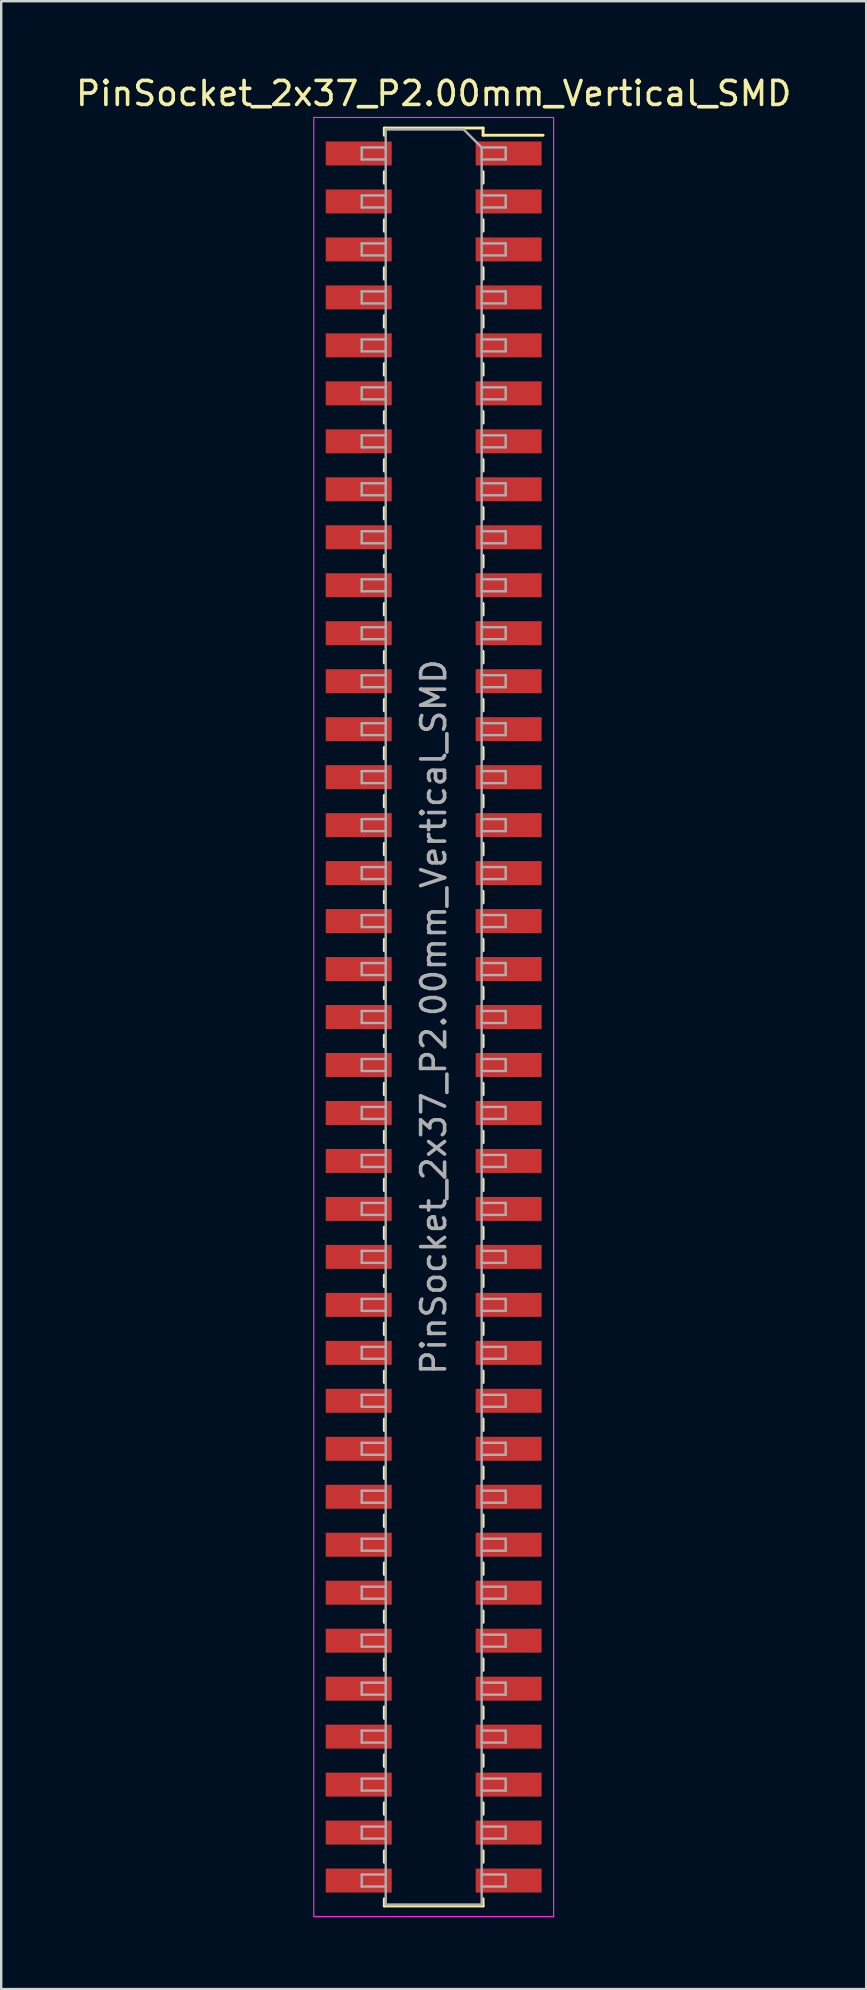
<source format=kicad_pcb>
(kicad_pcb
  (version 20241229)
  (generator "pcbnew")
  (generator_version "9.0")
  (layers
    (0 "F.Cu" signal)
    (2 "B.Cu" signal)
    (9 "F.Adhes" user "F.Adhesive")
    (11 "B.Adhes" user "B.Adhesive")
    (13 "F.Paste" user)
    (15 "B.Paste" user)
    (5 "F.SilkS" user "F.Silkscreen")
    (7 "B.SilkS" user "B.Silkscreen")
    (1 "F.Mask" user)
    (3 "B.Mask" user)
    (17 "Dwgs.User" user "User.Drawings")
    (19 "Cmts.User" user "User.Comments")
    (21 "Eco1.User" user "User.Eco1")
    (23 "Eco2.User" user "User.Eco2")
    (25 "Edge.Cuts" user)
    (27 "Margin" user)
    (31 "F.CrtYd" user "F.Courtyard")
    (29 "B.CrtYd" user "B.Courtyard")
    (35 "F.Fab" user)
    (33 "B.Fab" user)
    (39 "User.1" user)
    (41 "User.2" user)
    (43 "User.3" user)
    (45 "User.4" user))
  (footprint "PinSocket_2x37_P2.00mm_Vertical_SMD"
    (layer "F.Cu")
    (at 15.03 39.348)
    (property "Reference" "PinSocket_2x37_P2.00mm_Vertical_SMD" (at 0 -38.5 0) (layer "F.SilkS") (effects (font (size 1 1) (thickness 0.15))))
    (attr smd)
    (fp_line (start -2.06 -37.06) (end 2.06 -37.06) (stroke (width 0.12) (type solid)) (layer "F.SilkS"))
    (fp_line (start -2.06 -36.76) (end -2.06 -37.06) (stroke (width 0.12) (type solid)) (layer "F.SilkS"))
    (fp_line (start -2.06 -35.24) (end -2.06 -34.76) (stroke (width 0.12) (type solid)) (layer "F.SilkS"))
    (fp_line (start -2.06 -33.24) (end -2.06 -32.76) (stroke (width 0.12) (type solid)) (layer "F.SilkS"))
    (fp_line (start -2.06 -31.24) (end -2.06 -30.76) (stroke (width 0.12) (type solid)) (layer "F.SilkS"))
    (fp_line (start -2.06 -29.24) (end -2.06 -28.76) (stroke (width 0.12) (type solid)) (layer "F.SilkS"))
    (fp_line (start -2.06 -27.24) (end -2.06 -26.76) (stroke (width 0.12) (type solid)) (layer "F.SilkS"))
    (fp_line (start -2.06 -25.24) (end -2.06 -24.76) (stroke (width 0.12) (type solid)) (layer "F.SilkS"))
    (fp_line (start -2.06 -23.24) (end -2.06 -22.76) (stroke (width 0.12) (type solid)) (layer "F.SilkS"))
    (fp_line (start -2.06 -21.24) (end -2.06 -20.76) (stroke (width 0.12) (type solid)) (layer "F.SilkS"))
    (fp_line (start -2.06 -19.24) (end -2.06 -18.76) (stroke (width 0.12) (type solid)) (layer "F.SilkS"))
    (fp_line (start -2.06 -17.24) (end -2.06 -16.76) (stroke (width 0.12) (type solid)) (layer "F.SilkS"))
    (fp_line (start -2.06 -15.24) (end -2.06 -14.76) (stroke (width 0.12) (type solid)) (layer "F.SilkS"))
    (fp_line (start -2.06 -13.24) (end -2.06 -12.76) (stroke (width 0.12) (type solid)) (layer "F.SilkS"))
    (fp_line (start -2.06 -11.24) (end -2.06 -10.76) (stroke (width 0.12) (type solid)) (layer "F.SilkS"))
    (fp_line (start -2.06 -9.24) (end -2.06 -8.76) (stroke (width 0.12) (type solid)) (layer "F.SilkS"))
    (fp_line (start -2.06 -7.24) (end -2.06 -6.76) (stroke (width 0.12) (type solid)) (layer "F.SilkS"))
    (fp_line (start -2.06 -5.24) (end -2.06 -4.76) (stroke (width 0.12) (type solid)) (layer "F.SilkS"))
    (fp_line (start -2.06 -3.24) (end -2.06 -2.76) (stroke (width 0.12) (type solid)) (layer "F.SilkS"))
    (fp_line (start -2.06 -1.24) (end -2.06 -0.76) (stroke (width 0.12) (type solid)) (layer "F.SilkS"))
    (fp_line (start -2.06 0.76) (end -2.06 1.24) (stroke (width 0.12) (type solid)) (layer "F.SilkS"))
    (fp_line (start -2.06 2.76) (end -2.06 3.24) (stroke (width 0.12) (type solid)) (layer "F.SilkS"))
    (fp_line (start -2.06 4.76) (end -2.06 5.24) (stroke (width 0.12) (type solid)) (layer "F.SilkS"))
    (fp_line (start -2.06 6.76) (end -2.06 7.24) (stroke (width 0.12) (type solid)) (layer "F.SilkS"))
    (fp_line (start -2.06 8.76) (end -2.06 9.24) (stroke (width 0.12) (type solid)) (layer "F.SilkS"))
    (fp_line (start -2.06 10.76) (end -2.06 11.24) (stroke (width 0.12) (type solid)) (layer "F.SilkS"))
    (fp_line (start -2.06 12.76) (end -2.06 13.24) (stroke (width 0.12) (type solid)) (layer "F.SilkS"))
    (fp_line (start -2.06 14.76) (end -2.06 15.24) (stroke (width 0.12) (type solid)) (layer "F.SilkS"))
    (fp_line (start -2.06 16.76) (end -2.06 17.24) (stroke (width 0.12) (type solid)) (layer "F.SilkS"))
    (fp_line (start -2.06 18.76) (end -2.06 19.24) (stroke (width 0.12) (type solid)) (layer "F.SilkS"))
    (fp_line (start -2.06 20.76) (end -2.06 21.24) (stroke (width 0.12) (type solid)) (layer "F.SilkS"))
    (fp_line (start -2.06 22.76) (end -2.06 23.24) (stroke (width 0.12) (type solid)) (layer "F.SilkS"))
    (fp_line (start -2.06 24.76) (end -2.06 25.24) (stroke (width 0.12) (type solid)) (layer "F.SilkS"))
    (fp_line (start -2.06 26.76) (end -2.06 27.24) (stroke (width 0.12) (type solid)) (layer "F.SilkS"))
    (fp_line (start -2.06 28.76) (end -2.06 29.24) (stroke (width 0.12) (type solid)) (layer "F.SilkS"))
    (fp_line (start -2.06 30.76) (end -2.06 31.24) (stroke (width 0.12) (type solid)) (layer "F.SilkS"))
    (fp_line (start -2.06 32.76) (end -2.06 33.24) (stroke (width 0.12) (type solid)) (layer "F.SilkS"))
    (fp_line (start -2.06 34.76) (end -2.06 35.24) (stroke (width 0.12) (type solid)) (layer "F.SilkS"))
    (fp_line (start -2.06 37.06) (end -2.06 36.76) (stroke (width 0.12) (type solid)) (layer "F.SilkS"))
    (fp_line (start 2.06 -37.06) (end 2.06 -36.76) (stroke (width 0.12) (type solid)) (layer "F.SilkS"))
    (fp_line (start 2.06 -36.76) (end 4.56 -36.76) (stroke (width 0.12) (type solid)) (layer "F.SilkS"))
    (fp_line (start 2.06 -34.76) (end 2.06 -35.24) (stroke (width 0.12) (type solid)) (layer "F.SilkS"))
    (fp_line (start 2.06 -32.76) (end 2.06 -33.24) (stroke (width 0.12) (type solid)) (layer "F.SilkS"))
    (fp_line (start 2.06 -30.76) (end 2.06 -31.24) (stroke (width 0.12) (type solid)) (layer "F.SilkS"))
    (fp_line (start 2.06 -28.76) (end 2.06 -29.24) (stroke (width 0.12) (type solid)) (layer "F.SilkS"))
    (fp_line (start 2.06 -26.76) (end 2.06 -27.24) (stroke (width 0.12) (type solid)) (layer "F.SilkS"))
    (fp_line (start 2.06 -24.76) (end 2.06 -25.24) (stroke (width 0.12) (type solid)) (layer "F.SilkS"))
    (fp_line (start 2.06 -22.76) (end 2.06 -23.24) (stroke (width 0.12) (type solid)) (layer "F.SilkS"))
    (fp_line (start 2.06 -20.76) (end 2.06 -21.24) (stroke (width 0.12) (type solid)) (layer "F.SilkS"))
    (fp_line (start 2.06 -18.76) (end 2.06 -19.24) (stroke (width 0.12) (type solid)) (layer "F.SilkS"))
    (fp_line (start 2.06 -16.76) (end 2.06 -17.24) (stroke (width 0.12) (type solid)) (layer "F.SilkS"))
    (fp_line (start 2.06 -14.76) (end 2.06 -15.24) (stroke (width 0.12) (type solid)) (layer "F.SilkS"))
    (fp_line (start 2.06 -12.76) (end 2.06 -13.24) (stroke (width 0.12) (type solid)) (layer "F.SilkS"))
    (fp_line (start 2.06 -10.76) (end 2.06 -11.24) (stroke (width 0.12) (type solid)) (layer "F.SilkS"))
    (fp_line (start 2.06 -8.76) (end 2.06 -9.24) (stroke (width 0.12) (type solid)) (layer "F.SilkS"))
    (fp_line (start 2.06 -6.76) (end 2.06 -7.24) (stroke (width 0.12) (type solid)) (layer "F.SilkS"))
    (fp_line (start 2.06 -4.76) (end 2.06 -5.24) (stroke (width 0.12) (type solid)) (layer "F.SilkS"))
    (fp_line (start 2.06 -2.76) (end 2.06 -3.24) (stroke (width 0.12) (type solid)) (layer "F.SilkS"))
    (fp_line (start 2.06 -0.76) (end 2.06 -1.24) (stroke (width 0.12) (type solid)) (layer "F.SilkS"))
    (fp_line (start 2.06 1.24) (end 2.06 0.76) (stroke (width 0.12) (type solid)) (layer "F.SilkS"))
    (fp_line (start 2.06 3.24) (end 2.06 2.76) (stroke (width 0.12) (type solid)) (layer "F.SilkS"))
    (fp_line (start 2.06 5.24) (end 2.06 4.76) (stroke (width 0.12) (type solid)) (layer "F.SilkS"))
    (fp_line (start 2.06 7.24) (end 2.06 6.76) (stroke (width 0.12) (type solid)) (layer "F.SilkS"))
    (fp_line (start 2.06 9.24) (end 2.06 8.76) (stroke (width 0.12) (type solid)) (layer "F.SilkS"))
    (fp_line (start 2.06 11.24) (end 2.06 10.76) (stroke (width 0.12) (type solid)) (layer "F.SilkS"))
    (fp_line (start 2.06 13.24) (end 2.06 12.76) (stroke (width 0.12) (type solid)) (layer "F.SilkS"))
    (fp_line (start 2.06 15.24) (end 2.06 14.76) (stroke (width 0.12) (type solid)) (layer "F.SilkS"))
    (fp_line (start 2.06 17.24) (end 2.06 16.76) (stroke (width 0.12) (type solid)) (layer "F.SilkS"))
    (fp_line (start 2.06 19.24) (end 2.06 18.76) (stroke (width 0.12) (type solid)) (layer "F.SilkS"))
    (fp_line (start 2.06 21.24) (end 2.06 20.76) (stroke (width 0.12) (type solid)) (layer "F.SilkS"))
    (fp_line (start 2.06 23.24) (end 2.06 22.76) (stroke (width 0.12) (type solid)) (layer "F.SilkS"))
    (fp_line (start 2.06 25.24) (end 2.06 24.76) (stroke (width 0.12) (type solid)) (layer "F.SilkS"))
    (fp_line (start 2.06 27.24) (end 2.06 26.76) (stroke (width 0.12) (type solid)) (layer "F.SilkS"))
    (fp_line (start 2.06 29.24) (end 2.06 28.76) (stroke (width 0.12) (type solid)) (layer "F.SilkS"))
    (fp_line (start 2.06 31.24) (end 2.06 30.76) (stroke (width 0.12) (type solid)) (layer "F.SilkS"))
    (fp_line (start 2.06 33.24) (end 2.06 32.76) (stroke (width 0.12) (type solid)) (layer "F.SilkS"))
    (fp_line (start 2.06 35.24) (end 2.06 34.76) (stroke (width 0.12) (type solid)) (layer "F.SilkS"))
    (fp_line (start 2.06 36.76) (end 2.06 37.06) (stroke (width 0.12) (type solid)) (layer "F.SilkS"))
    (fp_line (start 2.06 37.06) (end -2.06 37.06) (stroke (width 0.12) (type solid)) (layer "F.SilkS"))
    (fp_line (start -5 -37.5) (end 5 -37.5) (stroke (width 0.05) (type solid)) (layer "F.CrtYd"))
    (fp_line (start -5 37.5) (end -5 -37.5) (stroke (width 0.05) (type solid)) (layer "F.CrtYd"))
    (fp_line (start 5 -37.5) (end 5 37.5) (stroke (width 0.05) (type solid)) (layer "F.CrtYd"))
    (fp_line (start 5 37.5) (end -5 37.5) (stroke (width 0.05) (type solid)) (layer "F.CrtYd"))
    (fp_line (start -3 -36.25) (end -2 -36.25) (stroke (width 0.1) (type solid)) (layer "F.Fab"))
    (fp_line (start -3 -35.75) (end -3 -36.25) (stroke (width 0.1) (type solid)) (layer "F.Fab"))
    (fp_line (start -3 -34.25) (end -2 -34.25) (stroke (width 0.1) (type solid)) (layer "F.Fab"))
    (fp_line (start -3 -33.75) (end -3 -34.25) (stroke (width 0.1) (type solid)) (layer "F.Fab"))
    (fp_line (start -3 -32.25) (end -2 -32.25) (stroke (width 0.1) (type solid)) (layer "F.Fab"))
    (fp_line (start -3 -31.75) (end -3 -32.25) (stroke (width 0.1) (type solid)) (layer "F.Fab"))
    (fp_line (start -3 -30.25) (end -2 -30.25) (stroke (width 0.1) (type solid)) (layer "F.Fab"))
    (fp_line (start -3 -29.75) (end -3 -30.25) (stroke (width 0.1) (type solid)) (layer "F.Fab"))
    (fp_line (start -3 -28.25) (end -2 -28.25) (stroke (width 0.1) (type solid)) (layer "F.Fab"))
    (fp_line (start -3 -27.75) (end -3 -28.25) (stroke (width 0.1) (type solid)) (layer "F.Fab"))
    (fp_line (start -3 -26.25) (end -2 -26.25) (stroke (width 0.1) (type solid)) (layer "F.Fab"))
    (fp_line (start -3 -25.75) (end -3 -26.25) (stroke (width 0.1) (type solid)) (layer "F.Fab"))
    (fp_line (start -3 -24.25) (end -2 -24.25) (stroke (width 0.1) (type solid)) (layer "F.Fab"))
    (fp_line (start -3 -23.75) (end -3 -24.25) (stroke (width 0.1) (type solid)) (layer "F.Fab"))
    (fp_line (start -3 -22.25) (end -2 -22.25) (stroke (width 0.1) (type solid)) (layer "F.Fab"))
    (fp_line (start -3 -21.75) (end -3 -22.25) (stroke (width 0.1) (type solid)) (layer "F.Fab"))
    (fp_line (start -3 -20.25) (end -2 -20.25) (stroke (width 0.1) (type solid)) (layer "F.Fab"))
    (fp_line (start -3 -19.75) (end -3 -20.25) (stroke (width 0.1) (type solid)) (layer "F.Fab"))
    (fp_line (start -3 -18.25) (end -2 -18.25) (stroke (width 0.1) (type solid)) (layer "F.Fab"))
    (fp_line (start -3 -17.75) (end -3 -18.25) (stroke (width 0.1) (type solid)) (layer "F.Fab"))
    (fp_line (start -3 -16.25) (end -2 -16.25) (stroke (width 0.1) (type solid)) (layer "F.Fab"))
    (fp_line (start -3 -15.75) (end -3 -16.25) (stroke (width 0.1) (type solid)) (layer "F.Fab"))
    (fp_line (start -3 -14.25) (end -2 -14.25) (stroke (width 0.1) (type solid)) (layer "F.Fab"))
    (fp_line (start -3 -13.75) (end -3 -14.25) (stroke (width 0.1) (type solid)) (layer "F.Fab"))
    (fp_line (start -3 -12.25) (end -2 -12.25) (stroke (width 0.1) (type solid)) (layer "F.Fab"))
    (fp_line (start -3 -11.75) (end -3 -12.25) (stroke (width 0.1) (type solid)) (layer "F.Fab"))
    (fp_line (start -3 -10.25) (end -2 -10.25) (stroke (width 0.1) (type solid)) (layer "F.Fab"))
    (fp_line (start -3 -9.75) (end -3 -10.25) (stroke (width 0.1) (type solid)) (layer "F.Fab"))
    (fp_line (start -3 -8.25) (end -2 -8.25) (stroke (width 0.1) (type solid)) (layer "F.Fab"))
    (fp_line (start -3 -7.75) (end -3 -8.25) (stroke (width 0.1) (type solid)) (layer "F.Fab"))
    (fp_line (start -3 -6.25) (end -2 -6.25) (stroke (width 0.1) (type solid)) (layer "F.Fab"))
    (fp_line (start -3 -5.75) (end -3 -6.25) (stroke (width 0.1) (type solid)) (layer "F.Fab"))
    (fp_line (start -3 -4.25) (end -2 -4.25) (stroke (width 0.1) (type solid)) (layer "F.Fab"))
    (fp_line (start -3 -3.75) (end -3 -4.25) (stroke (width 0.1) (type solid)) (layer "F.Fab"))
    (fp_line (start -3 -2.25) (end -2 -2.25) (stroke (width 0.1) (type solid)) (layer "F.Fab"))
    (fp_line (start -3 -1.75) (end -3 -2.25) (stroke (width 0.1) (type solid)) (layer "F.Fab"))
    (fp_line (start -3 -0.25) (end -2 -0.25) (stroke (width 0.1) (type solid)) (layer "F.Fab"))
    (fp_line (start -3 0.25) (end -3 -0.25) (stroke (width 0.1) (type solid)) (layer "F.Fab"))
    (fp_line (start -3 1.75) (end -2 1.75) (stroke (width 0.1) (type solid)) (layer "F.Fab"))
    (fp_line (start -3 2.25) (end -3 1.75) (stroke (width 0.1) (type solid)) (layer "F.Fab"))
    (fp_line (start -3 3.75) (end -2 3.75) (stroke (width 0.1) (type solid)) (layer "F.Fab"))
    (fp_line (start -3 4.25) (end -3 3.75) (stroke (width 0.1) (type solid)) (layer "F.Fab"))
    (fp_line (start -3 5.75) (end -2 5.75) (stroke (width 0.1) (type solid)) (layer "F.Fab"))
    (fp_line (start -3 6.25) (end -3 5.75) (stroke (width 0.1) (type solid)) (layer "F.Fab"))
    (fp_line (start -3 7.75) (end -2 7.75) (stroke (width 0.1) (type solid)) (layer "F.Fab"))
    (fp_line (start -3 8.25) (end -3 7.75) (stroke (width 0.1) (type solid)) (layer "F.Fab"))
    (fp_line (start -3 9.75) (end -2 9.75) (stroke (width 0.1) (type solid)) (layer "F.Fab"))
    (fp_line (start -3 10.25) (end -3 9.75) (stroke (width 0.1) (type solid)) (layer "F.Fab"))
    (fp_line (start -3 11.75) (end -2 11.75) (stroke (width 0.1) (type solid)) (layer "F.Fab"))
    (fp_line (start -3 12.25) (end -3 11.75) (stroke (width 0.1) (type solid)) (layer "F.Fab"))
    (fp_line (start -3 13.75) (end -2 13.75) (stroke (width 0.1) (type solid)) (layer "F.Fab"))
    (fp_line (start -3 14.25) (end -3 13.75) (stroke (width 0.1) (type solid)) (layer "F.Fab"))
    (fp_line (start -3 15.75) (end -2 15.75) (stroke (width 0.1) (type solid)) (layer "F.Fab"))
    (fp_line (start -3 16.25) (end -3 15.75) (stroke (width 0.1) (type solid)) (layer "F.Fab"))
    (fp_line (start -3 17.75) (end -2 17.75) (stroke (width 0.1) (type solid)) (layer "F.Fab"))
    (fp_line (start -3 18.25) (end -3 17.75) (stroke (width 0.1) (type solid)) (layer "F.Fab"))
    (fp_line (start -3 19.75) (end -2 19.75) (stroke (width 0.1) (type solid)) (layer "F.Fab"))
    (fp_line (start -3 20.25) (end -3 19.75) (stroke (width 0.1) (type solid)) (layer "F.Fab"))
    (fp_line (start -3 21.75) (end -2 21.75) (stroke (width 0.1) (type solid)) (layer "F.Fab"))
    (fp_line (start -3 22.25) (end -3 21.75) (stroke (width 0.1) (type solid)) (layer "F.Fab"))
    (fp_line (start -3 23.75) (end -2 23.75) (stroke (width 0.1) (type solid)) (layer "F.Fab"))
    (fp_line (start -3 24.25) (end -3 23.75) (stroke (width 0.1) (type solid)) (layer "F.Fab"))
    (fp_line (start -3 25.75) (end -2 25.75) (stroke (width 0.1) (type solid)) (layer "F.Fab"))
    (fp_line (start -3 26.25) (end -3 25.75) (stroke (width 0.1) (type solid)) (layer "F.Fab"))
    (fp_line (start -3 27.75) (end -2 27.75) (stroke (width 0.1) (type solid)) (layer "F.Fab"))
    (fp_line (start -3 28.25) (end -3 27.75) (stroke (width 0.1) (type solid)) (layer "F.Fab"))
    (fp_line (start -3 29.75) (end -2 29.75) (stroke (width 0.1) (type solid)) (layer "F.Fab"))
    (fp_line (start -3 30.25) (end -3 29.75) (stroke (width 0.1) (type solid)) (layer "F.Fab"))
    (fp_line (start -3 31.75) (end -2 31.75) (stroke (width 0.1) (type solid)) (layer "F.Fab"))
    (fp_line (start -3 32.25) (end -3 31.75) (stroke (width 0.1) (type solid)) (layer "F.Fab"))
    (fp_line (start -3 33.75) (end -2 33.75) (stroke (width 0.1) (type solid)) (layer "F.Fab"))
    (fp_line (start -3 34.25) (end -3 33.75) (stroke (width 0.1) (type solid)) (layer "F.Fab"))
    (fp_line (start -3 35.75) (end -2 35.75) (stroke (width 0.1) (type solid)) (layer "F.Fab"))
    (fp_line (start -3 36.25) (end -3 35.75) (stroke (width 0.1) (type solid)) (layer "F.Fab"))
    (fp_line (start -2 -37) (end 1.25 -37) (stroke (width 0.1) (type solid)) (layer "F.Fab"))
    (fp_line (start -2 -35.75) (end -3 -35.75) (stroke (width 0.1) (type solid)) (layer "F.Fab"))
    (fp_line (start -2 -33.75) (end -3 -33.75) (stroke (width 0.1) (type solid)) (layer "F.Fab"))
    (fp_line (start -2 -31.75) (end -3 -31.75) (stroke (width 0.1) (type solid)) (layer "F.Fab"))
    (fp_line (start -2 -29.75) (end -3 -29.75) (stroke (width 0.1) (type solid)) (layer "F.Fab"))
    (fp_line (start -2 -27.75) (end -3 -27.75) (stroke (width 0.1) (type solid)) (layer "F.Fab"))
    (fp_line (start -2 -25.75) (end -3 -25.75) (stroke (width 0.1) (type solid)) (layer "F.Fab"))
    (fp_line (start -2 -23.75) (end -3 -23.75) (stroke (width 0.1) (type solid)) (layer "F.Fab"))
    (fp_line (start -2 -21.75) (end -3 -21.75) (stroke (width 0.1) (type solid)) (layer "F.Fab"))
    (fp_line (start -2 -19.75) (end -3 -19.75) (stroke (width 0.1) (type solid)) (layer "F.Fab"))
    (fp_line (start -2 -17.75) (end -3 -17.75) (stroke (width 0.1) (type solid)) (layer "F.Fab"))
    (fp_line (start -2 -15.75) (end -3 -15.75) (stroke (width 0.1) (type solid)) (layer "F.Fab"))
    (fp_line (start -2 -13.75) (end -3 -13.75) (stroke (width 0.1) (type solid)) (layer "F.Fab"))
    (fp_line (start -2 -11.75) (end -3 -11.75) (stroke (width 0.1) (type solid)) (layer "F.Fab"))
    (fp_line (start -2 -9.75) (end -3 -9.75) (stroke (width 0.1) (type solid)) (layer "F.Fab"))
    (fp_line (start -2 -7.75) (end -3 -7.75) (stroke (width 0.1) (type solid)) (layer "F.Fab"))
    (fp_line (start -2 -5.75) (end -3 -5.75) (stroke (width 0.1) (type solid)) (layer "F.Fab"))
    (fp_line (start -2 -3.75) (end -3 -3.75) (stroke (width 0.1) (type solid)) (layer "F.Fab"))
    (fp_line (start -2 -1.75) (end -3 -1.75) (stroke (width 0.1) (type solid)) (layer "F.Fab"))
    (fp_line (start -2 0.25) (end -3 0.25) (stroke (width 0.1) (type solid)) (layer "F.Fab"))
    (fp_line (start -2 2.25) (end -3 2.25) (stroke (width 0.1) (type solid)) (layer "F.Fab"))
    (fp_line (start -2 4.25) (end -3 4.25) (stroke (width 0.1) (type solid)) (layer "F.Fab"))
    (fp_line (start -2 6.25) (end -3 6.25) (stroke (width 0.1) (type solid)) (layer "F.Fab"))
    (fp_line (start -2 8.25) (end -3 8.25) (stroke (width 0.1) (type solid)) (layer "F.Fab"))
    (fp_line (start -2 10.25) (end -3 10.25) (stroke (width 0.1) (type solid)) (layer "F.Fab"))
    (fp_line (start -2 12.25) (end -3 12.25) (stroke (width 0.1) (type solid)) (layer "F.Fab"))
    (fp_line (start -2 14.25) (end -3 14.25) (stroke (width 0.1) (type solid)) (layer "F.Fab"))
    (fp_line (start -2 16.25) (end -3 16.25) (stroke (width 0.1) (type solid)) (layer "F.Fab"))
    (fp_line (start -2 18.25) (end -3 18.25) (stroke (width 0.1) (type solid)) (layer "F.Fab"))
    (fp_line (start -2 20.25) (end -3 20.25) (stroke (width 0.1) (type solid)) (layer "F.Fab"))
    (fp_line (start -2 22.25) (end -3 22.25) (stroke (width 0.1) (type solid)) (layer "F.Fab"))
    (fp_line (start -2 24.25) (end -3 24.25) (stroke (width 0.1) (type solid)) (layer "F.Fab"))
    (fp_line (start -2 26.25) (end -3 26.25) (stroke (width 0.1) (type solid)) (layer "F.Fab"))
    (fp_line (start -2 28.25) (end -3 28.25) (stroke (width 0.1) (type solid)) (layer "F.Fab"))
    (fp_line (start -2 30.25) (end -3 30.25) (stroke (width 0.1) (type solid)) (layer "F.Fab"))
    (fp_line (start -2 32.25) (end -3 32.25) (stroke (width 0.1) (type solid)) (layer "F.Fab"))
    (fp_line (start -2 34.25) (end -3 34.25) (stroke (width 0.1) (type solid)) (layer "F.Fab"))
    (fp_line (start -2 36.25) (end -3 36.25) (stroke (width 0.1) (type solid)) (layer "F.Fab"))
    (fp_line (start -2 37) (end -2 -37) (stroke (width 0.1) (type solid)) (layer "F.Fab"))
    (fp_line (start 1.25 -37) (end 2 -36.25) (stroke (width 0.1) (type solid)) (layer "F.Fab"))
    (fp_line (start 2 -36.25) (end 2 37) (stroke (width 0.1) (type solid)) (layer "F.Fab"))
    (fp_line (start 2 -36.25) (end 3 -36.25) (stroke (width 0.1) (type solid)) (layer "F.Fab"))
    (fp_line (start 2 -34.25) (end 3 -34.25) (stroke (width 0.1) (type solid)) (layer "F.Fab"))
    (fp_line (start 2 -32.25) (end 3 -32.25) (stroke (width 0.1) (type solid)) (layer "F.Fab"))
    (fp_line (start 2 -30.25) (end 3 -30.25) (stroke (width 0.1) (type solid)) (layer "F.Fab"))
    (fp_line (start 2 -28.25) (end 3 -28.25) (stroke (width 0.1) (type solid)) (layer "F.Fab"))
    (fp_line (start 2 -26.25) (end 3 -26.25) (stroke (width 0.1) (type solid)) (layer "F.Fab"))
    (fp_line (start 2 -24.25) (end 3 -24.25) (stroke (width 0.1) (type solid)) (layer "F.Fab"))
    (fp_line (start 2 -22.25) (end 3 -22.25) (stroke (width 0.1) (type solid)) (layer "F.Fab"))
    (fp_line (start 2 -20.25) (end 3 -20.25) (stroke (width 0.1) (type solid)) (layer "F.Fab"))
    (fp_line (start 2 -18.25) (end 3 -18.25) (stroke (width 0.1) (type solid)) (layer "F.Fab"))
    (fp_line (start 2 -16.25) (end 3 -16.25) (stroke (width 0.1) (type solid)) (layer "F.Fab"))
    (fp_line (start 2 -14.25) (end 3 -14.25) (stroke (width 0.1) (type solid)) (layer "F.Fab"))
    (fp_line (start 2 -12.25) (end 3 -12.25) (stroke (width 0.1) (type solid)) (layer "F.Fab"))
    (fp_line (start 2 -10.25) (end 3 -10.25) (stroke (width 0.1) (type solid)) (layer "F.Fab"))
    (fp_line (start 2 -8.25) (end 3 -8.25) (stroke (width 0.1) (type solid)) (layer "F.Fab"))
    (fp_line (start 2 -6.25) (end 3 -6.25) (stroke (width 0.1) (type solid)) (layer "F.Fab"))
    (fp_line (start 2 -4.25) (end 3 -4.25) (stroke (width 0.1) (type solid)) (layer "F.Fab"))
    (fp_line (start 2 -2.25) (end 3 -2.25) (stroke (width 0.1) (type solid)) (layer "F.Fab"))
    (fp_line (start 2 -0.25) (end 3 -0.25) (stroke (width 0.1) (type solid)) (layer "F.Fab"))
    (fp_line (start 2 1.75) (end 3 1.75) (stroke (width 0.1) (type solid)) (layer "F.Fab"))
    (fp_line (start 2 3.75) (end 3 3.75) (stroke (width 0.1) (type solid)) (layer "F.Fab"))
    (fp_line (start 2 5.75) (end 3 5.75) (stroke (width 0.1) (type solid)) (layer "F.Fab"))
    (fp_line (start 2 7.75) (end 3 7.75) (stroke (width 0.1) (type solid)) (layer "F.Fab"))
    (fp_line (start 2 9.75) (end 3 9.75) (stroke (width 0.1) (type solid)) (layer "F.Fab"))
    (fp_line (start 2 11.75) (end 3 11.75) (stroke (width 0.1) (type solid)) (layer "F.Fab"))
    (fp_line (start 2 13.75) (end 3 13.75) (stroke (width 0.1) (type solid)) (layer "F.Fab"))
    (fp_line (start 2 15.75) (end 3 15.75) (stroke (width 0.1) (type solid)) (layer "F.Fab"))
    (fp_line (start 2 17.75) (end 3 17.75) (stroke (width 0.1) (type solid)) (layer "F.Fab"))
    (fp_line (start 2 19.75) (end 3 19.75) (stroke (width 0.1) (type solid)) (layer "F.Fab"))
    (fp_line (start 2 21.75) (end 3 21.75) (stroke (width 0.1) (type solid)) (layer "F.Fab"))
    (fp_line (start 2 23.75) (end 3 23.75) (stroke (width 0.1) (type solid)) (layer "F.Fab"))
    (fp_line (start 2 25.75) (end 3 25.75) (stroke (width 0.1) (type solid)) (layer "F.Fab"))
    (fp_line (start 2 27.75) (end 3 27.75) (stroke (width 0.1) (type solid)) (layer "F.Fab"))
    (fp_line (start 2 29.75) (end 3 29.75) (stroke (width 0.1) (type solid)) (layer "F.Fab"))
    (fp_line (start 2 31.75) (end 3 31.75) (stroke (width 0.1) (type solid)) (layer "F.Fab"))
    (fp_line (start 2 33.75) (end 3 33.75) (stroke (width 0.1) (type solid)) (layer "F.Fab"))
    (fp_line (start 2 35.75) (end 3 35.75) (stroke (width 0.1) (type solid)) (layer "F.Fab"))
    (fp_line (start 2 37) (end -2 37) (stroke (width 0.1) (type solid)) (layer "F.Fab"))
    (fp_line (start 3 -36.25) (end 3 -35.75) (stroke (width 0.1) (type solid)) (layer "F.Fab"))
    (fp_line (start 3 -35.75) (end 2 -35.75) (stroke (width 0.1) (type solid)) (layer "F.Fab"))
    (fp_line (start 3 -34.25) (end 3 -33.75) (stroke (width 0.1) (type solid)) (layer "F.Fab"))
    (fp_line (start 3 -33.75) (end 2 -33.75) (stroke (width 0.1) (type solid)) (layer "F.Fab"))
    (fp_line (start 3 -32.25) (end 3 -31.75) (stroke (width 0.1) (type solid)) (layer "F.Fab"))
    (fp_line (start 3 -31.75) (end 2 -31.75) (stroke (width 0.1) (type solid)) (layer "F.Fab"))
    (fp_line (start 3 -30.25) (end 3 -29.75) (stroke (width 0.1) (type solid)) (layer "F.Fab"))
    (fp_line (start 3 -29.75) (end 2 -29.75) (stroke (width 0.1) (type solid)) (layer "F.Fab"))
    (fp_line (start 3 -28.25) (end 3 -27.75) (stroke (width 0.1) (type solid)) (layer "F.Fab"))
    (fp_line (start 3 -27.75) (end 2 -27.75) (stroke (width 0.1) (type solid)) (layer "F.Fab"))
    (fp_line (start 3 -26.25) (end 3 -25.75) (stroke (width 0.1) (type solid)) (layer "F.Fab"))
    (fp_line (start 3 -25.75) (end 2 -25.75) (stroke (width 0.1) (type solid)) (layer "F.Fab"))
    (fp_line (start 3 -24.25) (end 3 -23.75) (stroke (width 0.1) (type solid)) (layer "F.Fab"))
    (fp_line (start 3 -23.75) (end 2 -23.75) (stroke (width 0.1) (type solid)) (layer "F.Fab"))
    (fp_line (start 3 -22.25) (end 3 -21.75) (stroke (width 0.1) (type solid)) (layer "F.Fab"))
    (fp_line (start 3 -21.75) (end 2 -21.75) (stroke (width 0.1) (type solid)) (layer "F.Fab"))
    (fp_line (start 3 -20.25) (end 3 -19.75) (stroke (width 0.1) (type solid)) (layer "F.Fab"))
    (fp_line (start 3 -19.75) (end 2 -19.75) (stroke (width 0.1) (type solid)) (layer "F.Fab"))
    (fp_line (start 3 -18.25) (end 3 -17.75) (stroke (width 0.1) (type solid)) (layer "F.Fab"))
    (fp_line (start 3 -17.75) (end 2 -17.75) (stroke (width 0.1) (type solid)) (layer "F.Fab"))
    (fp_line (start 3 -16.25) (end 3 -15.75) (stroke (width 0.1) (type solid)) (layer "F.Fab"))
    (fp_line (start 3 -15.75) (end 2 -15.75) (stroke (width 0.1) (type solid)) (layer "F.Fab"))
    (fp_line (start 3 -14.25) (end 3 -13.75) (stroke (width 0.1) (type solid)) (layer "F.Fab"))
    (fp_line (start 3 -13.75) (end 2 -13.75) (stroke (width 0.1) (type solid)) (layer "F.Fab"))
    (fp_line (start 3 -12.25) (end 3 -11.75) (stroke (width 0.1) (type solid)) (layer "F.Fab"))
    (fp_line (start 3 -11.75) (end 2 -11.75) (stroke (width 0.1) (type solid)) (layer "F.Fab"))
    (fp_line (start 3 -10.25) (end 3 -9.75) (stroke (width 0.1) (type solid)) (layer "F.Fab"))
    (fp_line (start 3 -9.75) (end 2 -9.75) (stroke (width 0.1) (type solid)) (layer "F.Fab"))
    (fp_line (start 3 -8.25) (end 3 -7.75) (stroke (width 0.1) (type solid)) (layer "F.Fab"))
    (fp_line (start 3 -7.75) (end 2 -7.75) (stroke (width 0.1) (type solid)) (layer "F.Fab"))
    (fp_line (start 3 -6.25) (end 3 -5.75) (stroke (width 0.1) (type solid)) (layer "F.Fab"))
    (fp_line (start 3 -5.75) (end 2 -5.75) (stroke (width 0.1) (type solid)) (layer "F.Fab"))
    (fp_line (start 3 -4.25) (end 3 -3.75) (stroke (width 0.1) (type solid)) (layer "F.Fab"))
    (fp_line (start 3 -3.75) (end 2 -3.75) (stroke (width 0.1) (type solid)) (layer "F.Fab"))
    (fp_line (start 3 -2.25) (end 3 -1.75) (stroke (width 0.1) (type solid)) (layer "F.Fab"))
    (fp_line (start 3 -1.75) (end 2 -1.75) (stroke (width 0.1) (type solid)) (layer "F.Fab"))
    (fp_line (start 3 -0.25) (end 3 0.25) (stroke (width 0.1) (type solid)) (layer "F.Fab"))
    (fp_line (start 3 0.25) (end 2 0.25) (stroke (width 0.1) (type solid)) (layer "F.Fab"))
    (fp_line (start 3 1.75) (end 3 2.25) (stroke (width 0.1) (type solid)) (layer "F.Fab"))
    (fp_line (start 3 2.25) (end 2 2.25) (stroke (width 0.1) (type solid)) (layer "F.Fab"))
    (fp_line (start 3 3.75) (end 3 4.25) (stroke (width 0.1) (type solid)) (layer "F.Fab"))
    (fp_line (start 3 4.25) (end 2 4.25) (stroke (width 0.1) (type solid)) (layer "F.Fab"))
    (fp_line (start 3 5.75) (end 3 6.25) (stroke (width 0.1) (type solid)) (layer "F.Fab"))
    (fp_line (start 3 6.25) (end 2 6.25) (stroke (width 0.1) (type solid)) (layer "F.Fab"))
    (fp_line (start 3 7.75) (end 3 8.25) (stroke (width 0.1) (type solid)) (layer "F.Fab"))
    (fp_line (start 3 8.25) (end 2 8.25) (stroke (width 0.1) (type solid)) (layer "F.Fab"))
    (fp_line (start 3 9.75) (end 3 10.25) (stroke (width 0.1) (type solid)) (layer "F.Fab"))
    (fp_line (start 3 10.25) (end 2 10.25) (stroke (width 0.1) (type solid)) (layer "F.Fab"))
    (fp_line (start 3 11.75) (end 3 12.25) (stroke (width 0.1) (type solid)) (layer "F.Fab"))
    (fp_line (start 3 12.25) (end 2 12.25) (stroke (width 0.1) (type solid)) (layer "F.Fab"))
    (fp_line (start 3 13.75) (end 3 14.25) (stroke (width 0.1) (type solid)) (layer "F.Fab"))
    (fp_line (start 3 14.25) (end 2 14.25) (stroke (width 0.1) (type solid)) (layer "F.Fab"))
    (fp_line (start 3 15.75) (end 3 16.25) (stroke (width 0.1) (type solid)) (layer "F.Fab"))
    (fp_line (start 3 16.25) (end 2 16.25) (stroke (width 0.1) (type solid)) (layer "F.Fab"))
    (fp_line (start 3 17.75) (end 3 18.25) (stroke (width 0.1) (type solid)) (layer "F.Fab"))
    (fp_line (start 3 18.25) (end 2 18.25) (stroke (width 0.1) (type solid)) (layer "F.Fab"))
    (fp_line (start 3 19.75) (end 3 20.25) (stroke (width 0.1) (type solid)) (layer "F.Fab"))
    (fp_line (start 3 20.25) (end 2 20.25) (stroke (width 0.1) (type solid)) (layer "F.Fab"))
    (fp_line (start 3 21.75) (end 3 22.25) (stroke (width 0.1) (type solid)) (layer "F.Fab"))
    (fp_line (start 3 22.25) (end 2 22.25) (stroke (width 0.1) (type solid)) (layer "F.Fab"))
    (fp_line (start 3 23.75) (end 3 24.25) (stroke (width 0.1) (type solid)) (layer "F.Fab"))
    (fp_line (start 3 24.25) (end 2 24.25) (stroke (width 0.1) (type solid)) (layer "F.Fab"))
    (fp_line (start 3 25.75) (end 3 26.25) (stroke (width 0.1) (type solid)) (layer "F.Fab"))
    (fp_line (start 3 26.25) (end 2 26.25) (stroke (width 0.1) (type solid)) (layer "F.Fab"))
    (fp_line (start 3 27.75) (end 3 28.25) (stroke (width 0.1) (type solid)) (layer "F.Fab"))
    (fp_line (start 3 28.25) (end 2 28.25) (stroke (width 0.1) (type solid)) (layer "F.Fab"))
    (fp_line (start 3 29.75) (end 3 30.25) (stroke (width 0.1) (type solid)) (layer "F.Fab"))
    (fp_line (start 3 30.25) (end 2 30.25) (stroke (width 0.1) (type solid)) (layer "F.Fab"))
    (fp_line (start 3 31.75) (end 3 32.25) (stroke (width 0.1) (type solid)) (layer "F.Fab"))
    (fp_line (start 3 32.25) (end 2 32.25) (stroke (width 0.1) (type solid)) (layer "F.Fab"))
    (fp_line (start 3 33.75) (end 3 34.25) (stroke (width 0.1) (type solid)) (layer "F.Fab"))
    (fp_line (start 3 34.25) (end 2 34.25) (stroke (width 0.1) (type solid)) (layer "F.Fab"))
    (fp_line (start 3 35.75) (end 3 36.25) (stroke (width 0.1) (type solid)) (layer "F.Fab"))
    (fp_line (start 3 36.25) (end 2 36.25) (stroke (width 0.1) (type solid)) (layer "F.Fab"))
    (fp_text user "${REFERENCE}" (at 0 0 90) (layer "F.Fab") (effects (font (size 1 1) (thickness 0.15))))
    (pad "1" smd rect (at 3.125 -36) (size 2.75 1) (layers "F.Cu" "F.Mask" "F.Paste"))
    (pad "2" smd rect (at -3.125 -36) (size 2.75 1) (layers "F.Cu" "F.Mask" "F.Paste"))
    (pad "3" smd rect (at 3.125 -34) (size 2.75 1) (layers "F.Cu" "F.Mask" "F.Paste"))
    (pad "4" smd rect (at -3.125 -34) (size 2.75 1) (layers "F.Cu" "F.Mask" "F.Paste"))
    (pad "5" smd rect (at 3.125 -32) (size 2.75 1) (layers "F.Cu" "F.Mask" "F.Paste"))
    (pad "6" smd rect (at -3.125 -32) (size 2.75 1) (layers "F.Cu" "F.Mask" "F.Paste"))
    (pad "7" smd rect (at 3.125 -30) (size 2.75 1) (layers "F.Cu" "F.Mask" "F.Paste"))
    (pad "8" smd rect (at -3.125 -30) (size 2.75 1) (layers "F.Cu" "F.Mask" "F.Paste"))
    (pad "9" smd rect (at 3.125 -28) (size 2.75 1) (layers "F.Cu" "F.Mask" "F.Paste"))
    (pad "10" smd rect (at -3.125 -28) (size 2.75 1) (layers "F.Cu" "F.Mask" "F.Paste"))
    (pad "11" smd rect (at 3.125 -26) (size 2.75 1) (layers "F.Cu" "F.Mask" "F.Paste"))
    (pad "12" smd rect (at -3.125 -26) (size 2.75 1) (layers "F.Cu" "F.Mask" "F.Paste"))
    (pad "13" smd rect (at 3.125 -24) (size 2.75 1) (layers "F.Cu" "F.Mask" "F.Paste"))
    (pad "14" smd rect (at -3.125 -24) (size 2.75 1) (layers "F.Cu" "F.Mask" "F.Paste"))
    (pad "15" smd rect (at 3.125 -22) (size 2.75 1) (layers "F.Cu" "F.Mask" "F.Paste"))
    (pad "16" smd rect (at -3.125 -22) (size 2.75 1) (layers "F.Cu" "F.Mask" "F.Paste"))
    (pad "17" smd rect (at 3.125 -20) (size 2.75 1) (layers "F.Cu" "F.Mask" "F.Paste"))
    (pad "18" smd rect (at -3.125 -20) (size 2.75 1) (layers "F.Cu" "F.Mask" "F.Paste"))
    (pad "19" smd rect (at 3.125 -18) (size 2.75 1) (layers "F.Cu" "F.Mask" "F.Paste"))
    (pad "20" smd rect (at -3.125 -18) (size 2.75 1) (layers "F.Cu" "F.Mask" "F.Paste"))
    (pad "21" smd rect (at 3.125 -16) (size 2.75 1) (layers "F.Cu" "F.Mask" "F.Paste"))
    (pad "22" smd rect (at -3.125 -16) (size 2.75 1) (layers "F.Cu" "F.Mask" "F.Paste"))
    (pad "23" smd rect (at 3.125 -14) (size 2.75 1) (layers "F.Cu" "F.Mask" "F.Paste"))
    (pad "24" smd rect (at -3.125 -14) (size 2.75 1) (layers "F.Cu" "F.Mask" "F.Paste"))
    (pad "25" smd rect (at 3.125 -12) (size 2.75 1) (layers "F.Cu" "F.Mask" "F.Paste"))
    (pad "26" smd rect (at -3.125 -12) (size 2.75 1) (layers "F.Cu" "F.Mask" "F.Paste"))
    (pad "27" smd rect (at 3.125 -10) (size 2.75 1) (layers "F.Cu" "F.Mask" "F.Paste"))
    (pad "28" smd rect (at -3.125 -10) (size 2.75 1) (layers "F.Cu" "F.Mask" "F.Paste"))
    (pad "29" smd rect (at 3.125 -8) (size 2.75 1) (layers "F.Cu" "F.Mask" "F.Paste"))
    (pad "30" smd rect (at -3.125 -8) (size 2.75 1) (layers "F.Cu" "F.Mask" "F.Paste"))
    (pad "31" smd rect (at 3.125 -6) (size 2.75 1) (layers "F.Cu" "F.Mask" "F.Paste"))
    (pad "32" smd rect (at -3.125 -6) (size 2.75 1) (layers "F.Cu" "F.Mask" "F.Paste"))
    (pad "33" smd rect (at 3.125 -4) (size 2.75 1) (layers "F.Cu" "F.Mask" "F.Paste"))
    (pad "34" smd rect (at -3.125 -4) (size 2.75 1) (layers "F.Cu" "F.Mask" "F.Paste"))
    (pad "35" smd rect (at 3.125 -2) (size 2.75 1) (layers "F.Cu" "F.Mask" "F.Paste"))
    (pad "36" smd rect (at -3.125 -2) (size 2.75 1) (layers "F.Cu" "F.Mask" "F.Paste"))
    (pad "37" smd rect (at 3.125 0) (size 2.75 1) (layers "F.Cu" "F.Mask" "F.Paste"))
    (pad "38" smd rect (at -3.125 0) (size 2.75 1) (layers "F.Cu" "F.Mask" "F.Paste"))
    (pad "39" smd rect (at 3.125 2) (size 2.75 1) (layers "F.Cu" "F.Mask" "F.Paste"))
    (pad "40" smd rect (at -3.125 2) (size 2.75 1) (layers "F.Cu" "F.Mask" "F.Paste"))
    (pad "41" smd rect (at 3.125 4) (size 2.75 1) (layers "F.Cu" "F.Mask" "F.Paste"))
    (pad "42" smd rect (at -3.125 4) (size 2.75 1) (layers "F.Cu" "F.Mask" "F.Paste"))
    (pad "43" smd rect (at 3.125 6) (size 2.75 1) (layers "F.Cu" "F.Mask" "F.Paste"))
    (pad "44" smd rect (at -3.125 6) (size 2.75 1) (layers "F.Cu" "F.Mask" "F.Paste"))
    (pad "45" smd rect (at 3.125 8) (size 2.75 1) (layers "F.Cu" "F.Mask" "F.Paste"))
    (pad "46" smd rect (at -3.125 8) (size 2.75 1) (layers "F.Cu" "F.Mask" "F.Paste"))
    (pad "47" smd rect (at 3.125 10) (size 2.75 1) (layers "F.Cu" "F.Mask" "F.Paste"))
    (pad "48" smd rect (at -3.125 10) (size 2.75 1) (layers "F.Cu" "F.Mask" "F.Paste"))
    (pad "49" smd rect (at 3.125 12) (size 2.75 1) (layers "F.Cu" "F.Mask" "F.Paste"))
    (pad "50" smd rect (at -3.125 12) (size 2.75 1) (layers "F.Cu" "F.Mask" "F.Paste"))
    (pad "51" smd rect (at 3.125 14) (size 2.75 1) (layers "F.Cu" "F.Mask" "F.Paste"))
    (pad "52" smd rect (at -3.125 14) (size 2.75 1) (layers "F.Cu" "F.Mask" "F.Paste"))
    (pad "53" smd rect (at 3.125 16) (size 2.75 1) (layers "F.Cu" "F.Mask" "F.Paste"))
    (pad "54" smd rect (at -3.125 16) (size 2.75 1) (layers "F.Cu" "F.Mask" "F.Paste"))
    (pad "55" smd rect (at 3.125 18) (size 2.75 1) (layers "F.Cu" "F.Mask" "F.Paste"))
    (pad "56" smd rect (at -3.125 18) (size 2.75 1) (layers "F.Cu" "F.Mask" "F.Paste"))
    (pad "57" smd rect (at 3.125 20) (size 2.75 1) (layers "F.Cu" "F.Mask" "F.Paste"))
    (pad "58" smd rect (at -3.125 20) (size 2.75 1) (layers "F.Cu" "F.Mask" "F.Paste"))
    (pad "59" smd rect (at 3.125 22) (size 2.75 1) (layers "F.Cu" "F.Mask" "F.Paste"))
    (pad "60" smd rect (at -3.125 22) (size 2.75 1) (layers "F.Cu" "F.Mask" "F.Paste"))
    (pad "61" smd rect (at 3.125 24) (size 2.75 1) (layers "F.Cu" "F.Mask" "F.Paste"))
    (pad "62" smd rect (at -3.125 24) (size 2.75 1) (layers "F.Cu" "F.Mask" "F.Paste"))
    (pad "63" smd rect (at 3.125 26) (size 2.75 1) (layers "F.Cu" "F.Mask" "F.Paste"))
    (pad "64" smd rect (at -3.125 26) (size 2.75 1) (layers "F.Cu" "F.Mask" "F.Paste"))
    (pad "65" smd rect (at 3.125 28) (size 2.75 1) (layers "F.Cu" "F.Mask" "F.Paste"))
    (pad "66" smd rect (at -3.125 28) (size 2.75 1) (layers "F.Cu" "F.Mask" "F.Paste"))
    (pad "67" smd rect (at 3.125 30) (size 2.75 1) (layers "F.Cu" "F.Mask" "F.Paste"))
    (pad "68" smd rect (at -3.125 30) (size 2.75 1) (layers "F.Cu" "F.Mask" "F.Paste"))
    (pad "69" smd rect (at 3.125 32) (size 2.75 1) (layers "F.Cu" "F.Mask" "F.Paste"))
    (pad "70" smd rect (at -3.125 32) (size 2.75 1) (layers "F.Cu" "F.Mask" "F.Paste"))
    (pad "71" smd rect (at 3.125 34) (size 2.75 1) (layers "F.Cu" "F.Mask" "F.Paste"))
    (pad "72" smd rect (at -3.125 34) (size 2.75 1) (layers "F.Cu" "F.Mask" "F.Paste"))
    (pad "73" smd rect (at 3.125 36) (size 2.75 1) (layers "F.Cu" "F.Mask" "F.Paste"))
    (pad "74" smd rect (at -3.125 36) (size 2.75 1) (layers "F.Cu" "F.Mask" "F.Paste")))
  (gr_rect
    (start -3 -3)
    (end 33.06 79.873)
    (stroke (width 0.1) (type default))
    (fill no)
    (layer "Edge.Cuts")))
</source>
